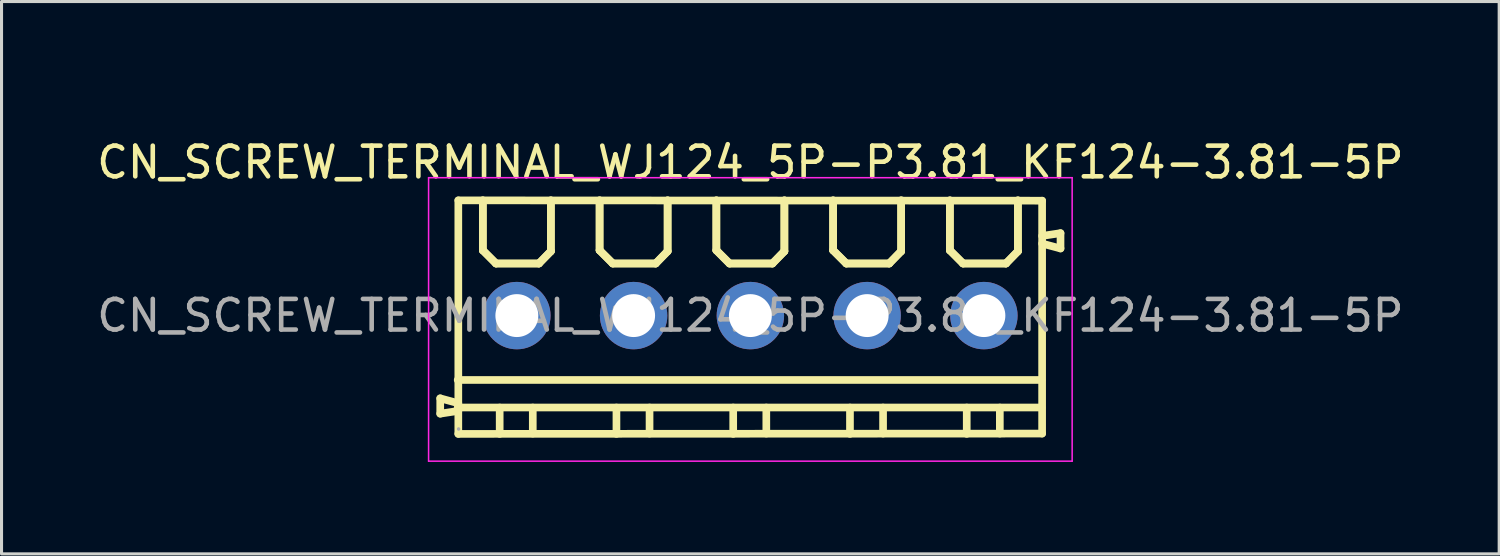
<source format=kicad_pcb>
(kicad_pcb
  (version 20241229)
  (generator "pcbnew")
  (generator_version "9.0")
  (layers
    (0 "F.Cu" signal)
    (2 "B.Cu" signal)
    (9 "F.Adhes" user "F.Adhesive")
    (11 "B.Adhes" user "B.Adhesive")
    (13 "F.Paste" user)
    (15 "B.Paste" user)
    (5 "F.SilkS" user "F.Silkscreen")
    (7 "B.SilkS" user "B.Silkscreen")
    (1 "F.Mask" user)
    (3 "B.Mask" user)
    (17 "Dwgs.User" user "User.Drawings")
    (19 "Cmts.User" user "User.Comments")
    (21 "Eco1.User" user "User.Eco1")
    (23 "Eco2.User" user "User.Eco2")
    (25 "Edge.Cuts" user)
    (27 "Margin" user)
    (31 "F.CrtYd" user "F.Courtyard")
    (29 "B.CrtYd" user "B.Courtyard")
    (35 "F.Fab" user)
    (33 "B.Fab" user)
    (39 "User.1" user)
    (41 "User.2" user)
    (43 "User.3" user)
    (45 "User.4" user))
  (footprint "CN_SCREW_TERMINAL_WJ124_5P-P3.81_KF124-3.81-5P"
    (layer "F.Cu")
    (at 21.435 7.248)
    (property "Reference" "CN_SCREW_TERMINAL_WJ124_5P-P3.81_KF124-3.81-5P" (at 0 -5 0) (layer "F.SilkS") (effects (font (size 1 1) (thickness 0.15))))
    (attr through_hole)
    (fp_line (start -10.12 2.7) (end -10.12 3.2) (stroke (width 0.25) (type solid)) (layer "F.SilkS"))
    (fp_line (start -10.12 3.2) (end -9.53 3.11) (stroke (width 0.25) (type solid)) (layer "F.SilkS"))
    (fp_line (start -9.55 2.1) (end 9.5 2.1) (stroke (width 0.25) (type solid)) (layer "F.SilkS"))
    (fp_line (start -9.55 3) (end 9.5 3) (stroke (width 0.25) (type solid)) (layer "F.SilkS"))
    (fp_line (start -9.53 -3.76) (end -9.53 3.86) (stroke (width 0.25) (type solid)) (layer "F.SilkS"))
    (fp_line (start -9.53 -3.76) (end 9.52 -3.75) (stroke (width 0.25) (type solid)) (layer "F.SilkS"))
    (fp_line (start -9.53 2.86) (end -10.12 2.7) (stroke (width 0.25) (type solid)) (layer "F.SilkS"))
    (fp_line (start -9.53 3.86) (end 9.52 3.85) (stroke (width 0.25) (type solid)) (layer "F.SilkS"))
    (fp_line (start -8.73 -3.76) (end -8.73 -2.13) (stroke (width 0.25) (type solid)) (layer "F.SilkS"))
    (fp_line (start -8.73 -3.76) (end -8.73 -2.13) (stroke (width 0.25) (type solid)) (layer "F.SilkS"))
    (fp_line (start -8.73 -2.13) (end -8.3 -1.7) (stroke (width 0.25) (type solid)) (layer "F.SilkS"))
    (fp_line (start -8.73 -2.13) (end -8.3 -1.7) (stroke (width 0.25) (type solid)) (layer "F.SilkS"))
    (fp_line (start -8.3 -1.7) (end -6.9 -1.7) (stroke (width 0.25) (type solid)) (layer "F.SilkS"))
    (fp_line (start -8.3 -1.7) (end -6.9 -1.7) (stroke (width 0.25) (type solid)) (layer "F.SilkS"))
    (fp_line (start -8.18 3) (end -8.18 3.86) (stroke (width 0.25) (type solid)) (layer "F.SilkS"))
    (fp_line (start -7.1 3) (end -7.1 3.85) (stroke (width 0.25) (type solid)) (layer "F.SilkS"))
    (fp_line (start -6.9 -1.7) (end -6.51 -2.1) (stroke (width 0.25) (type solid)) (layer "F.SilkS"))
    (fp_line (start -6.9 -1.7) (end -6.51 -2.1) (stroke (width 0.25) (type solid)) (layer "F.SilkS"))
    (fp_line (start -6.51 -2.1) (end -6.51 -3.76) (stroke (width 0.25) (type solid)) (layer "F.SilkS"))
    (fp_line (start -6.51 -2.1) (end -6.51 -3.76) (stroke (width 0.25) (type solid)) (layer "F.SilkS"))
    (fp_line (start -4.92 -3.76) (end -4.92 -2.13) (stroke (width 0.25) (type solid)) (layer "F.SilkS"))
    (fp_line (start -4.92 -3.76) (end -4.92 -2.13) (stroke (width 0.25) (type solid)) (layer "F.SilkS"))
    (fp_line (start -4.92 -2.13) (end -4.49 -1.7) (stroke (width 0.25) (type solid)) (layer "F.SilkS"))
    (fp_line (start -4.92 -2.13) (end -4.49 -1.7) (stroke (width 0.25) (type solid)) (layer "F.SilkS"))
    (fp_line (start -4.49 -1.7) (end -3.09 -1.7) (stroke (width 0.25) (type solid)) (layer "F.SilkS"))
    (fp_line (start -4.49 -1.7) (end -3.09 -1.7) (stroke (width 0.25) (type solid)) (layer "F.SilkS"))
    (fp_line (start -4.37 3) (end -4.37 3.86) (stroke (width 0.25) (type solid)) (layer "F.SilkS"))
    (fp_line (start -3.29 3) (end -3.29 3.85) (stroke (width 0.25) (type solid)) (layer "F.SilkS"))
    (fp_line (start -3.09 -1.7) (end -2.7 -2.1) (stroke (width 0.25) (type solid)) (layer "F.SilkS"))
    (fp_line (start -3.09 -1.7) (end -2.7 -2.1) (stroke (width 0.25) (type solid)) (layer "F.SilkS"))
    (fp_line (start -2.7 -2.1) (end -2.7 -3.76) (stroke (width 0.25) (type solid)) (layer "F.SilkS"))
    (fp_line (start -2.7 -2.1) (end -2.7 -3.76) (stroke (width 0.25) (type solid)) (layer "F.SilkS"))
    (fp_line (start -1.11 -3.76) (end -1.11 -2.13) (stroke (width 0.25) (type solid)) (layer "F.SilkS"))
    (fp_line (start -1.11 -3.76) (end -1.11 -2.13) (stroke (width 0.25) (type solid)) (layer "F.SilkS"))
    (fp_line (start -1.11 -2.13) (end -0.68 -1.7) (stroke (width 0.25) (type solid)) (layer "F.SilkS"))
    (fp_line (start -1.11 -2.13) (end -0.68 -1.7) (stroke (width 0.25) (type solid)) (layer "F.SilkS"))
    (fp_line (start -0.68 -1.7) (end 0.72 -1.7) (stroke (width 0.25) (type solid)) (layer "F.SilkS"))
    (fp_line (start -0.68 -1.7) (end 0.72 -1.7) (stroke (width 0.25) (type solid)) (layer "F.SilkS"))
    (fp_line (start -0.56 3) (end -0.56 3.86) (stroke (width 0.25) (type solid)) (layer "F.SilkS"))
    (fp_line (start 0.52 3) (end 0.52 3.85) (stroke (width 0.25) (type solid)) (layer "F.SilkS"))
    (fp_line (start 0.72 -1.7) (end 1.11 -2.1) (stroke (width 0.25) (type solid)) (layer "F.SilkS"))
    (fp_line (start 0.72 -1.7) (end 1.11 -2.1) (stroke (width 0.25) (type solid)) (layer "F.SilkS"))
    (fp_line (start 1.11 -2.1) (end 1.11 -3.76) (stroke (width 0.25) (type solid)) (layer "F.SilkS"))
    (fp_line (start 1.11 -2.1) (end 1.11 -3.76) (stroke (width 0.25) (type solid)) (layer "F.SilkS"))
    (fp_line (start 2.7 -3.76) (end 2.7 -2.13) (stroke (width 0.25) (type solid)) (layer "F.SilkS"))
    (fp_line (start 2.7 -3.76) (end 2.7 -2.13) (stroke (width 0.25) (type solid)) (layer "F.SilkS"))
    (fp_line (start 2.7 -2.13) (end 3.13 -1.7) (stroke (width 0.25) (type solid)) (layer "F.SilkS"))
    (fp_line (start 2.7 -2.13) (end 3.13 -1.7) (stroke (width 0.25) (type solid)) (layer "F.SilkS"))
    (fp_line (start 3.13 -1.7) (end 4.53 -1.7) (stroke (width 0.25) (type solid)) (layer "F.SilkS"))
    (fp_line (start 3.13 -1.7) (end 4.53 -1.7) (stroke (width 0.25) (type solid)) (layer "F.SilkS"))
    (fp_line (start 3.25 3) (end 3.25 3.86) (stroke (width 0.25) (type solid)) (layer "F.SilkS"))
    (fp_line (start 4.33 3) (end 4.33 3.85) (stroke (width 0.25) (type solid)) (layer "F.SilkS"))
    (fp_line (start 4.53 -1.7) (end 4.92 -2.1) (stroke (width 0.25) (type solid)) (layer "F.SilkS"))
    (fp_line (start 4.53 -1.7) (end 4.92 -2.1) (stroke (width 0.25) (type solid)) (layer "F.SilkS"))
    (fp_line (start 4.92 -2.1) (end 4.92 -3.76) (stroke (width 0.25) (type solid)) (layer "F.SilkS"))
    (fp_line (start 4.92 -2.1) (end 4.92 -3.76) (stroke (width 0.25) (type solid)) (layer "F.SilkS"))
    (fp_line (start 6.51 -3.76) (end 6.51 -2.13) (stroke (width 0.25) (type solid)) (layer "F.SilkS"))
    (fp_line (start 6.51 -3.76) (end 6.51 -2.13) (stroke (width 0.25) (type solid)) (layer "F.SilkS"))
    (fp_line (start 6.51 -2.13) (end 6.94 -1.7) (stroke (width 0.25) (type solid)) (layer "F.SilkS"))
    (fp_line (start 6.51 -2.13) (end 6.94 -1.7) (stroke (width 0.25) (type solid)) (layer "F.SilkS"))
    (fp_line (start 6.94 -1.7) (end 8.34 -1.7) (stroke (width 0.25) (type solid)) (layer "F.SilkS"))
    (fp_line (start 6.94 -1.7) (end 8.34 -1.7) (stroke (width 0.25) (type solid)) (layer "F.SilkS"))
    (fp_line (start 7.06 3) (end 7.06 3.86) (stroke (width 0.25) (type solid)) (layer "F.SilkS"))
    (fp_line (start 8.14 3) (end 8.14 3.85) (stroke (width 0.25) (type solid)) (layer "F.SilkS"))
    (fp_line (start 8.34 -1.7) (end 8.73 -2.1) (stroke (width 0.25) (type solid)) (layer "F.SilkS"))
    (fp_line (start 8.34 -1.7) (end 8.73 -2.1) (stroke (width 0.25) (type solid)) (layer "F.SilkS"))
    (fp_line (start 8.73 -2.1) (end 8.73 -3.76) (stroke (width 0.25) (type solid)) (layer "F.SilkS"))
    (fp_line (start 8.73 -2.1) (end 8.73 -3.76) (stroke (width 0.25) (type solid)) (layer "F.SilkS"))
    (fp_line (start 9.52 -2.35) (end 10.12 -2.19) (stroke (width 0.25) (type solid)) (layer "F.SilkS"))
    (fp_line (start 9.52 3.85) (end 9.52 -3.75) (stroke (width 0.25) (type solid)) (layer "F.SilkS"))
    (fp_line (start 10.12 -2.69) (end 9.52 -2.6) (stroke (width 0.25) (type solid)) (layer "F.SilkS"))
    (fp_line (start 10.12 -2.19) (end 10.12 -2.69) (stroke (width 0.25) (type solid)) (layer "F.SilkS"))
    (fp_line (start -10.5 -4.5) (end 10.5 -4.5) (stroke (width 0.05) (type default)) (layer "F.CrtYd"))
    (fp_line (start -10.5 4.75) (end -10.5 -4.5) (stroke (width 0.05) (type default)) (layer "F.CrtYd"))
    (fp_line (start 10.5 -4.5) (end 10.5 4.75) (stroke (width 0.05) (type default)) (layer "F.CrtYd"))
    (fp_line (start 10.5 4.75) (end -10.5 4.75) (stroke (width 0.05) (type default)) (layer "F.CrtYd"))
    (fp_circle (center -9.52 3.7) (end -9.49 3.7) (stroke (width 0.06) (type solid)) (fill no) (layer "F.Fab"))
    (fp_text user "${REFERENCE}" (at 0 0 0) (layer "F.Fab") (effects (font (size 1 1) (thickness 0.15))))
    (dimension (type aligned) (layer "User.1") (pts (xy 13.815 6.548) (xy 13.815 7.948)) (height 2.63) (format (prefix "") (suffix "") (units 3) (units_format 1) (precision 4) (suppress_zeroes yes)) (style (thickness 0.1) (arrow_length 0.2) (text_position_mode 0) (arrow_direction outward) (extension_height 0.1) (extension_offset 0.1) (keep_text_aligned yes)) (gr_text "1.4 mm" (at 11.06 7.248 90) (layer "User.1") (effects (font (size 0.1 0.1) (thickness 0.15)))))
    (dimension (type aligned) (layer "User.1") (pts (xy 11.905 11.108) (xy 11.905 3.488)) (height -2.22) (format (prefix "") (suffix "") (units 3) (units_format 1) (precision 4) (suppress_zeroes yes)) (style (thickness 0.1) (arrow_length 1.27) (text_position_mode 0) (arrow_direction outward) (extension_height 0.586) (extension_offset 0.5) (keep_text_aligned yes)) (gr_text "7.62 mm" (at 8.535 7.298 90) (layer "User.1") (effects (font (size 1 1) (thickness 0.15)))))
    (dimension (type aligned) (layer "User.1") (pts (xy 13.815 7.248) (xy 17.625 7.248)) (height -5.25) (format (prefix "") (suffix "") (units 3) (units_format 1) (precision 4) (suppress_zeroes yes)) (style (thickness 0.1) (arrow_length 1.27) (text_position_mode 0) (arrow_direction outward) (extension_height 0.586) (extension_offset 0.5) (keep_text_aligned yes)) (gr_text "3.81 mm" (at 15.72 0.848 0) (layer "User.1") (effects (font (size 1 1) (thickness 0.15)))))
    (pad "1" thru_hole circle (at -7.62 0) (size 2.2 2.2) (drill 1.4) (layers "*.Cu" "*.Mask"))
    (pad "2" thru_hole circle (at -3.81 0) (size 2.2 2.2) (drill 1.4) (layers "*.Cu" "*.Mask"))
    (pad "3" thru_hole circle (at 0 0) (size 2.2 2.2) (drill 1.4) (layers "*.Cu" "*.Mask"))
    (pad "4" thru_hole circle (at 3.81 0) (size 2.2 2.2) (drill 1.4) (layers "*.Cu" "*.Mask"))
    (pad "5" thru_hole circle (at 7.62 0) (size 2.2 2.2) (drill 1.4) (layers "*.Cu" "*.Mask")))
  (gr_rect
    (start -3 -3)
    (end 45.869 15.023)
    (stroke (width 0.1) (type default))
    (fill no)
    (layer "Edge.Cuts")))
</source>
